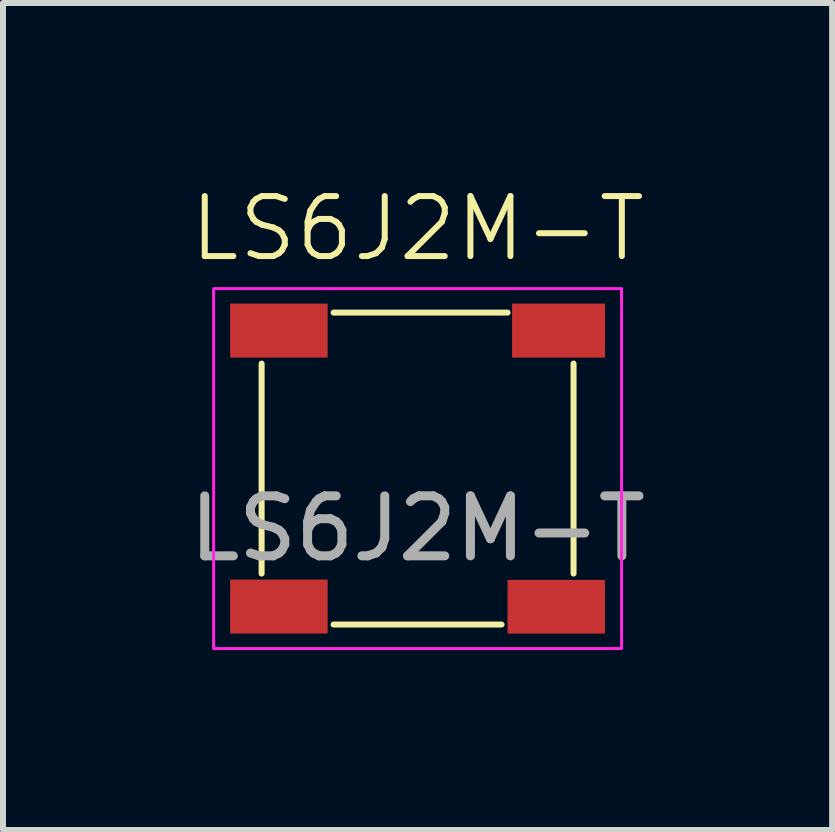
<source format=kicad_pcb>
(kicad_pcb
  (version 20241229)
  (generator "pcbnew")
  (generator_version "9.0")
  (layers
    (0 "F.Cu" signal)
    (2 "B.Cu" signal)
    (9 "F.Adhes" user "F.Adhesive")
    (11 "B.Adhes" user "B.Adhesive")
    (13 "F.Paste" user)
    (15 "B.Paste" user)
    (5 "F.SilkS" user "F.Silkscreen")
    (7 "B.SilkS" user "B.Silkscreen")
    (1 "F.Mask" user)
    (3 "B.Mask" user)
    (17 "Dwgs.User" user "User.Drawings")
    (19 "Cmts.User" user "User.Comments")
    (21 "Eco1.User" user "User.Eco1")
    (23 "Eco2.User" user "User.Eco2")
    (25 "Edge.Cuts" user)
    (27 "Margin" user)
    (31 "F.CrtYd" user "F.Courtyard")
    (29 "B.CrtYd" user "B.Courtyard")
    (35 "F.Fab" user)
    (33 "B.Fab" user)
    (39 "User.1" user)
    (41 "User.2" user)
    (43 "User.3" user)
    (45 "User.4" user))
  (footprint "LS6J2M-T"
    (layer "F.Cu")
    (at 3.911 4.761)
    (property "Reference" "LS6J2M-T" (at 0 -4 0) (unlocked yes) (layer "F.SilkS") (effects (font (size 1 1) (thickness 0.1))))
    (attr smd)
    (fp_line (start -2.6 1.75) (end -2.6 -1.75) (stroke (width 0.1) (type default)) (layer "F.SilkS"))
    (fp_line (start -1.4 -2.6) (end 1.5 -2.6) (stroke (width 0.1) (type default)) (layer "F.SilkS"))
    (fp_line (start 1.4 2.6) (end -1.4 2.6) (stroke (width 0.1) (type default)) (layer "F.SilkS"))
    (fp_line (start 2.6 -1.75) (end 2.6 1.75) (stroke (width 0.1) (type default)) (layer "F.SilkS"))
    (fp_rect (start -3.4 -3) (end 3.4 3) (stroke (width 0.05) (type default)) (fill no) (layer "F.CrtYd"))
    (fp_text user "${REFERENCE}" (at 0 1 0) (unlocked yes) (layer "F.Fab") (effects (font (size 1 1) (thickness 0.15))))
    (pad "1" smd rect (at -2.312 -2.3) (size 1.625 0.9) (layers "F.Cu" "F.Mask" "F.Paste"))
    (pad "2" smd rect (at -2.312 2.3) (size 1.625 0.9) (layers "F.Cu" "F.Mask" "F.Paste"))
    (pad "3" smd rect (at 2.35 -2.3) (size 1.55 0.9) (layers "F.Cu" "F.Mask" "F.Paste"))
    (pad "4" smd rect (at 2.312 2.303) (size 1.625 0.895) (layers "F.Cu" "F.Mask" "F.Paste")))
  (gr_rect
    (start -3 -3)
    (end 10.821 10.786)
    (stroke (width 0.1) (type default))
    (fill no)
    (layer "Edge.Cuts")))
</source>
